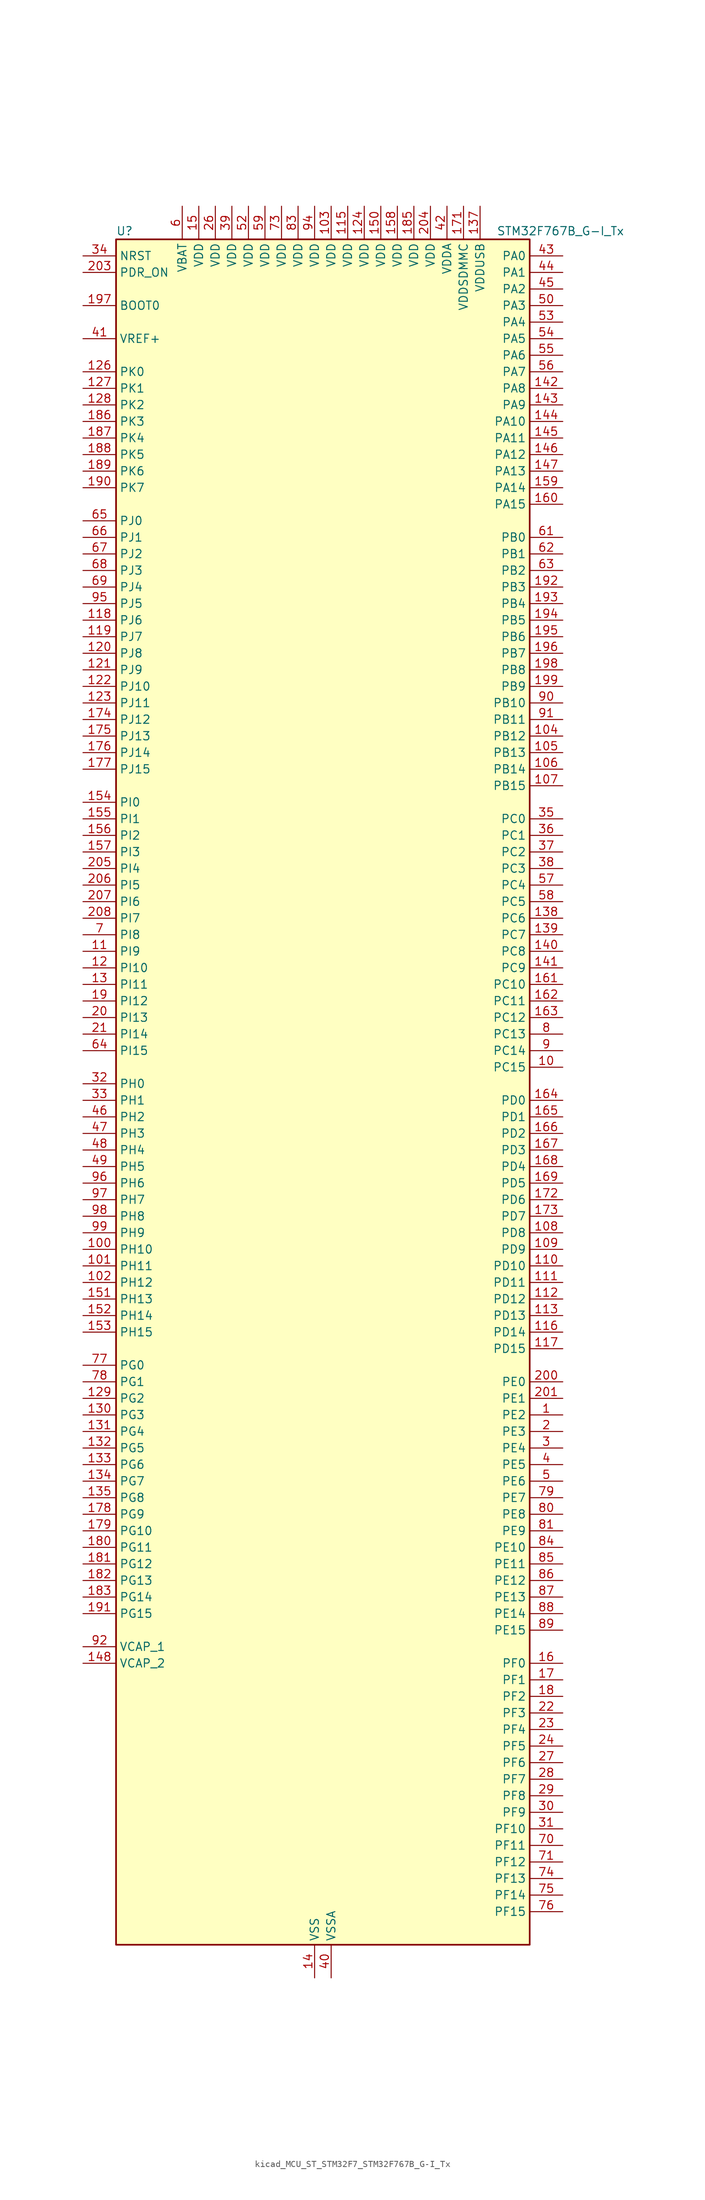
<source format=kicad_sym>
(kicad_symbol_lib
  (version 20220914)
  (generator kicad_symbol_editor)
  (symbol "kicad_MCU_ST_STM32F7_STM32F767B_G-I_Tx"
    (property "Reference" "U"
      (at -30.48 133.35 0)
      (effects (font (size 1.27 1.27)) (justify left)))
    (property "Value" "STM32F767B_G-I_Tx"
      (at 27.94 133.35 0)
      (effects (font (size 1.27 1.27)) (justify left)))
    (property "ki_locked" ""
      (at 0 0 0)
      (effects (font (size 1.27 1.27))))
    (symbol "kicad_MCU_ST_STM32F7_STM32F767B_G-I_Tx_0_1"
      (rectangle (start -30.48 -129.54) (end 33.02 132.08) (stroke (width 0.254) (type default)) (fill (type background))))
    (symbol "kicad_MCU_ST_STM32F7_STM32F767B_G-I_Tx_1_1"
      (pin bidirectional line (at 38.1 -48.26 180) (length 5.08) (name "PE2" (effects (font (size 1.27 1.27)))) (number "1" (effects (font (size 1.27 1.27)))) (alternate "ETH_TXD3" bidirectional line) (alternate "FMC_A23" bidirectional line) (alternate "QUADSPI_BK1_IO2" bidirectional line) (alternate "SAI1_MCLK_A" bidirectional line) (alternate "SPI4_SCK" bidirectional line) (alternate "SYS_TRACECLK" bidirectional line))
      (pin bidirectional line (at 38.1 5.08 180) (length 5.08) (name "PC15" (effects (font (size 1.27 1.27)))) (number "10" (effects (font (size 1.27 1.27)))) (alternate "RCC_OSC32_OUT" bidirectional line))
      (pin bidirectional line (at -35.56 -22.86 0) (length 5.08) (name "PH10" (effects (font (size 1.27 1.27)))) (number "100" (effects (font (size 1.27 1.27)))) (alternate "DCMI_D1" bidirectional line) (alternate "FMC_D18" bidirectional line) (alternate "I2C4_SMBA" bidirectional line) (alternate "LTDC_R4" bidirectional line) (alternate "TIM5_CH1" bidirectional line))
      (pin bidirectional line (at -35.56 -25.4 0) (length 5.08) (name "PH11" (effects (font (size 1.27 1.27)))) (number "101" (effects (font (size 1.27 1.27)))) (alternate "ADC1_EXTI11" bidirectional line) (alternate "ADC2_EXTI11" bidirectional line) (alternate "ADC3_EXTI11" bidirectional line) (alternate "DCMI_D2" bidirectional line) (alternate "FMC_D19" bidirectional line) (alternate "I2C4_SCL" bidirectional line) (alternate "LTDC_R5" bidirectional line) (alternate "TIM5_CH2" bidirectional line))
      (pin bidirectional line (at -35.56 -27.94 0) (length 5.08) (name "PH12" (effects (font (size 1.27 1.27)))) (number "102" (effects (font (size 1.27 1.27)))) (alternate "DCMI_D3" bidirectional line) (alternate "FMC_D20" bidirectional line) (alternate "I2C4_SDA" bidirectional line) (alternate "LTDC_R6" bidirectional line) (alternate "TIM5_CH3" bidirectional line))
      (pin power_in line (at 2.54 137.16 270) (length 5.08) (name "VDD" (effects (font (size 1.27 1.27)))) (number "103" (effects (font (size 1.27 1.27)))))
      (pin bidirectional line (at 38.1 55.88 180) (length 5.08) (name "PB12" (effects (font (size 1.27 1.27)))) (number "104" (effects (font (size 1.27 1.27)))) (alternate "CAN2_RX" bidirectional line) (alternate "DFSDM1_DATIN1" bidirectional line) (alternate "ETH_TXD0" bidirectional line) (alternate "I2C2_SMBA" bidirectional line) (alternate "I2S2_WS" bidirectional line) (alternate "SPI2_NSS" bidirectional line) (alternate "TIM1_BKIN" bidirectional line) (alternate "UART5_RX" bidirectional line) (alternate "USART3_CK" bidirectional line) (alternate "USB_OTG_HS_ID" bidirectional line) (alternate "USB_OTG_HS_ULPI_D5" bidirectional line))
      (pin bidirectional line (at 38.1 53.34 180) (length 5.08) (name "PB13" (effects (font (size 1.27 1.27)))) (number "105" (effects (font (size 1.27 1.27)))) (alternate "CAN2_TX" bidirectional line) (alternate "DFSDM1_CKIN1" bidirectional line) (alternate "ETH_TXD1" bidirectional line) (alternate "I2S2_CK" bidirectional line) (alternate "SPI2_SCK" bidirectional line) (alternate "TIM1_CH1N" bidirectional line) (alternate "UART5_TX" bidirectional line) (alternate "USART3_CTS" bidirectional line) (alternate "USB_OTG_HS_ULPI_D6" bidirectional line) (alternate "USB_OTG_HS_VBUS" bidirectional line))
      (pin bidirectional line (at 38.1 50.8 180) (length 5.08) (name "PB14" (effects (font (size 1.27 1.27)))) (number "106" (effects (font (size 1.27 1.27)))) (alternate "DFSDM1_DATIN2" bidirectional line) (alternate "SDMMC2_D0" bidirectional line) (alternate "SPI2_MISO" bidirectional line) (alternate "TIM12_CH1" bidirectional line) (alternate "TIM1_CH2N" bidirectional line) (alternate "TIM8_CH2N" bidirectional line) (alternate "UART4_DE" bidirectional line) (alternate "UART4_RTS" bidirectional line) (alternate "USART1_TX" bidirectional line) (alternate "USART3_DE" bidirectional line) (alternate "USART3_RTS" bidirectional line) (alternate "USB_OTG_HS_DM" bidirectional line))
      (pin bidirectional line (at 38.1 48.26 180) (length 5.08) (name "PB15" (effects (font (size 1.27 1.27)))) (number "107" (effects (font (size 1.27 1.27)))) (alternate "DFSDM1_CKIN2" bidirectional line) (alternate "I2S2_SD" bidirectional line) (alternate "RTC_REFIN" bidirectional line) (alternate "SDMMC2_D1" bidirectional line) (alternate "SPI2_MOSI" bidirectional line) (alternate "TIM12_CH2" bidirectional line) (alternate "TIM1_CH3N" bidirectional line) (alternate "TIM8_CH3N" bidirectional line) (alternate "UART4_CTS" bidirectional line) (alternate "USART1_RX" bidirectional line) (alternate "USB_OTG_HS_DP" bidirectional line))
      (pin bidirectional line (at 38.1 -20.32 180) (length 5.08) (name "PD8" (effects (font (size 1.27 1.27)))) (number "108" (effects (font (size 1.27 1.27)))) (alternate "DFSDM1_CKIN3" bidirectional line) (alternate "FMC_D13" bidirectional line) (alternate "FMC_DA13" bidirectional line) (alternate "SPDIFRX_IN1" bidirectional line) (alternate "USART3_TX" bidirectional line))
      (pin bidirectional line (at 38.1 -22.86 180) (length 5.08) (name "PD9" (effects (font (size 1.27 1.27)))) (number "109" (effects (font (size 1.27 1.27)))) (alternate "DAC_EXTI9" bidirectional line) (alternate "DFSDM1_DATIN3" bidirectional line) (alternate "FMC_D14" bidirectional line) (alternate "FMC_DA14" bidirectional line) (alternate "USART3_RX" bidirectional line))
      (pin bidirectional line (at -35.56 22.86 0) (length 5.08) (name "PI9" (effects (font (size 1.27 1.27)))) (number "11" (effects (font (size 1.27 1.27)))) (alternate "CAN1_RX" bidirectional line) (alternate "DAC_EXTI9" bidirectional line) (alternate "FMC_D30" bidirectional line) (alternate "LTDC_VSYNC" bidirectional line) (alternate "UART4_RX" bidirectional line))
      (pin bidirectional line (at 38.1 -25.4 180) (length 5.08) (name "PD10" (effects (font (size 1.27 1.27)))) (number "110" (effects (font (size 1.27 1.27)))) (alternate "DFSDM1_CKOUT" bidirectional line) (alternate "FMC_D15" bidirectional line) (alternate "FMC_DA15" bidirectional line) (alternate "LTDC_B3" bidirectional line) (alternate "USART3_CK" bidirectional line))
      (pin bidirectional line (at 38.1 -27.94 180) (length 5.08) (name "PD11" (effects (font (size 1.27 1.27)))) (number "111" (effects (font (size 1.27 1.27)))) (alternate "ADC1_EXTI11" bidirectional line) (alternate "ADC2_EXTI11" bidirectional line) (alternate "ADC3_EXTI11" bidirectional line) (alternate "FMC_A16" bidirectional line) (alternate "FMC_CLE" bidirectional line) (alternate "I2C4_SMBA" bidirectional line) (alternate "QUADSPI_BK1_IO0" bidirectional line) (alternate "SAI2_SD_A" bidirectional line) (alternate "USART3_CTS" bidirectional line))
      (pin bidirectional line (at 38.1 -30.48 180) (length 5.08) (name "PD12" (effects (font (size 1.27 1.27)))) (number "112" (effects (font (size 1.27 1.27)))) (alternate "FMC_A17" bidirectional line) (alternate "FMC_ALE" bidirectional line) (alternate "I2C4_SCL" bidirectional line) (alternate "LPTIM1_IN1" bidirectional line) (alternate "QUADSPI_BK1_IO1" bidirectional line) (alternate "SAI2_FS_A" bidirectional line) (alternate "TIM4_CH1" bidirectional line) (alternate "USART3_DE" bidirectional line) (alternate "USART3_RTS" bidirectional line))
      (pin bidirectional line (at 38.1 -33.02 180) (length 5.08) (name "PD13" (effects (font (size 1.27 1.27)))) (number "113" (effects (font (size 1.27 1.27)))) (alternate "FMC_A18" bidirectional line) (alternate "I2C4_SDA" bidirectional line) (alternate "LPTIM1_OUT" bidirectional line) (alternate "QUADSPI_BK1_IO3" bidirectional line) (alternate "SAI2_SCK_A" bidirectional line) (alternate "TIM4_CH2" bidirectional line))
      (pin passive line (at 0 -134.62 90) (length 5.08) hide (name "VSS" (effects (font (size 1.27 1.27)))) (number "114" (effects (font (size 1.27 1.27)))))
      (pin power_in line (at 5.08 137.16 270) (length 5.08) (name "VDD" (effects (font (size 1.27 1.27)))) (number "115" (effects (font (size 1.27 1.27)))))
      (pin bidirectional line (at 38.1 -35.56 180) (length 5.08) (name "PD14" (effects (font (size 1.27 1.27)))) (number "116" (effects (font (size 1.27 1.27)))) (alternate "FMC_D0" bidirectional line) (alternate "FMC_DA0" bidirectional line) (alternate "TIM4_CH3" bidirectional line) (alternate "UART8_CTS" bidirectional line))
      (pin bidirectional line (at 38.1 -38.1 180) (length 5.08) (name "PD15" (effects (font (size 1.27 1.27)))) (number "117" (effects (font (size 1.27 1.27)))) (alternate "FMC_D1" bidirectional line) (alternate "FMC_DA1" bidirectional line) (alternate "TIM4_CH4" bidirectional line) (alternate "UART8_DE" bidirectional line) (alternate "UART8_RTS" bidirectional line))
      (pin bidirectional line (at -35.56 73.66 0) (length 5.08) (name "PJ6" (effects (font (size 1.27 1.27)))) (number "118" (effects (font (size 1.27 1.27)))) (alternate "LTDC_R7" bidirectional line))
      (pin bidirectional line (at -35.56 71.12 0) (length 5.08) (name "PJ7" (effects (font (size 1.27 1.27)))) (number "119" (effects (font (size 1.27 1.27)))) (alternate "LTDC_G0" bidirectional line))
      (pin bidirectional line (at -35.56 20.32 0) (length 5.08) (name "PI10" (effects (font (size 1.27 1.27)))) (number "12" (effects (font (size 1.27 1.27)))) (alternate "ETH_RX_ER" bidirectional line) (alternate "FMC_D31" bidirectional line) (alternate "LTDC_HSYNC" bidirectional line))
      (pin bidirectional line (at -35.56 68.58 0) (length 5.08) (name "PJ8" (effects (font (size 1.27 1.27)))) (number "120" (effects (font (size 1.27 1.27)))) (alternate "LTDC_G1" bidirectional line))
      (pin bidirectional line (at -35.56 66.04 0) (length 5.08) (name "PJ9" (effects (font (size 1.27 1.27)))) (number "121" (effects (font (size 1.27 1.27)))) (alternate "DAC_EXTI9" bidirectional line) (alternate "LTDC_G2" bidirectional line))
      (pin bidirectional line (at -35.56 63.5 0) (length 5.08) (name "PJ10" (effects (font (size 1.27 1.27)))) (number "122" (effects (font (size 1.27 1.27)))) (alternate "LTDC_G3" bidirectional line))
      (pin bidirectional line (at -35.56 60.96 0) (length 5.08) (name "PJ11" (effects (font (size 1.27 1.27)))) (number "123" (effects (font (size 1.27 1.27)))) (alternate "ADC1_EXTI11" bidirectional line) (alternate "ADC2_EXTI11" bidirectional line) (alternate "ADC3_EXTI11" bidirectional line) (alternate "LTDC_G4" bidirectional line))
      (pin power_in line (at 7.62 137.16 270) (length 5.08) (name "VDD" (effects (font (size 1.27 1.27)))) (number "124" (effects (font (size 1.27 1.27)))))
      (pin passive line (at 0 -134.62 90) (length 5.08) hide (name "VSS" (effects (font (size 1.27 1.27)))) (number "125" (effects (font (size 1.27 1.27)))))
      (pin bidirectional line (at -35.56 111.76 0) (length 5.08) (name "PK0" (effects (font (size 1.27 1.27)))) (number "126" (effects (font (size 1.27 1.27)))) (alternate "LTDC_G5" bidirectional line))
      (pin bidirectional line (at -35.56 109.22 0) (length 5.08) (name "PK1" (effects (font (size 1.27 1.27)))) (number "127" (effects (font (size 1.27 1.27)))) (alternate "LTDC_G6" bidirectional line))
      (pin bidirectional line (at -35.56 106.68 0) (length 5.08) (name "PK2" (effects (font (size 1.27 1.27)))) (number "128" (effects (font (size 1.27 1.27)))) (alternate "LTDC_G7" bidirectional line))
      (pin bidirectional line (at -35.56 -45.72 0) (length 5.08) (name "PG2" (effects (font (size 1.27 1.27)))) (number "129" (effects (font (size 1.27 1.27)))) (alternate "FMC_A12" bidirectional line))
      (pin bidirectional line (at -35.56 17.78 0) (length 5.08) (name "PI11" (effects (font (size 1.27 1.27)))) (number "13" (effects (font (size 1.27 1.27)))) (alternate "ADC1_EXTI11" bidirectional line) (alternate "ADC2_EXTI11" bidirectional line) (alternate "ADC3_EXTI11" bidirectional line) (alternate "LTDC_G6" bidirectional line) (alternate "SYS_WKUP6" bidirectional line) (alternate "USB_OTG_HS_ULPI_DIR" bidirectional line))
      (pin bidirectional line (at -35.56 -48.26 0) (length 5.08) (name "PG3" (effects (font (size 1.27 1.27)))) (number "130" (effects (font (size 1.27 1.27)))) (alternate "FMC_A13" bidirectional line))
      (pin bidirectional line (at -35.56 -50.8 0) (length 5.08) (name "PG4" (effects (font (size 1.27 1.27)))) (number "131" (effects (font (size 1.27 1.27)))) (alternate "FMC_A14" bidirectional line) (alternate "FMC_BA0" bidirectional line))
      (pin bidirectional line (at -35.56 -53.34 0) (length 5.08) (name "PG5" (effects (font (size 1.27 1.27)))) (number "132" (effects (font (size 1.27 1.27)))) (alternate "FMC_A15" bidirectional line) (alternate "FMC_BA1" bidirectional line))
      (pin bidirectional line (at -35.56 -55.88 0) (length 5.08) (name "PG6" (effects (font (size 1.27 1.27)))) (number "133" (effects (font (size 1.27 1.27)))) (alternate "DCMI_D12" bidirectional line) (alternate "FMC_NE3" bidirectional line) (alternate "LTDC_R7" bidirectional line))
      (pin bidirectional line (at -35.56 -58.42 0) (length 5.08) (name "PG7" (effects (font (size 1.27 1.27)))) (number "134" (effects (font (size 1.27 1.27)))) (alternate "DCMI_D13" bidirectional line) (alternate "FMC_INT" bidirectional line) (alternate "LTDC_CLK" bidirectional line) (alternate "SAI1_MCLK_A" bidirectional line) (alternate "USART6_CK" bidirectional line))
      (pin bidirectional line (at -35.56 -60.96 0) (length 5.08) (name "PG8" (effects (font (size 1.27 1.27)))) (number "135" (effects (font (size 1.27 1.27)))) (alternate "ETH_PPS_OUT" bidirectional line) (alternate "FMC_SDCLK" bidirectional line) (alternate "LTDC_G7" bidirectional line) (alternate "SPDIFRX_IN2" bidirectional line) (alternate "SPI6_NSS" bidirectional line) (alternate "USART6_DE" bidirectional line) (alternate "USART6_RTS" bidirectional line))
      (pin passive line (at 0 -134.62 90) (length 5.08) hide (name "VSS" (effects (font (size 1.27 1.27)))) (number "136" (effects (font (size 1.27 1.27)))))
      (pin power_in line (at 25.4 137.16 270) (length 5.08) (name "VDDUSB" (effects (font (size 1.27 1.27)))) (number "137" (effects (font (size 1.27 1.27)))))
      (pin bidirectional line (at 38.1 27.94 180) (length 5.08) (name "PC6" (effects (font (size 1.27 1.27)))) (number "138" (effects (font (size 1.27 1.27)))) (alternate "DCMI_D0" bidirectional line) (alternate "DFSDM1_CKIN3" bidirectional line) (alternate "FMC_NWAIT" bidirectional line) (alternate "I2S2_MCK" bidirectional line) (alternate "LTDC_HSYNC" bidirectional line) (alternate "SDMMC1_D6" bidirectional line) (alternate "SDMMC2_D6" bidirectional line) (alternate "TIM3_CH1" bidirectional line) (alternate "TIM8_CH1" bidirectional line) (alternate "USART6_TX" bidirectional line))
      (pin bidirectional line (at 38.1 25.4 180) (length 5.08) (name "PC7" (effects (font (size 1.27 1.27)))) (number "139" (effects (font (size 1.27 1.27)))) (alternate "DCMI_D1" bidirectional line) (alternate "DFSDM1_DATIN3" bidirectional line) (alternate "FMC_NE1" bidirectional line) (alternate "I2S3_MCK" bidirectional line) (alternate "LTDC_G6" bidirectional line) (alternate "SDMMC1_D7" bidirectional line) (alternate "SDMMC2_D7" bidirectional line) (alternate "TIM3_CH2" bidirectional line) (alternate "TIM8_CH2" bidirectional line) (alternate "USART6_RX" bidirectional line))
      (pin power_in line (at 0 -134.62 90) (length 5.08) (name "VSS" (effects (font (size 1.27 1.27)))) (number "14" (effects (font (size 1.27 1.27)))))
      (pin bidirectional line (at 38.1 22.86 180) (length 5.08) (name "PC8" (effects (font (size 1.27 1.27)))) (number "140" (effects (font (size 1.27 1.27)))) (alternate "DCMI_D2" bidirectional line) (alternate "FMC_NCE" bidirectional line) (alternate "FMC_NE2" bidirectional line) (alternate "SDMMC1_D0" bidirectional line) (alternate "SYS_TRACED1" bidirectional line) (alternate "TIM3_CH3" bidirectional line) (alternate "TIM8_CH3" bidirectional line) (alternate "UART5_DE" bidirectional line) (alternate "UART5_RTS" bidirectional line) (alternate "USART6_CK" bidirectional line))
      (pin bidirectional line (at 38.1 20.32 180) (length 5.08) (name "PC9" (effects (font (size 1.27 1.27)))) (number "141" (effects (font (size 1.27 1.27)))) (alternate "DAC_EXTI9" bidirectional line) (alternate "DCMI_D3" bidirectional line) (alternate "I2C3_SDA" bidirectional line) (alternate "I2S_CKIN" bidirectional line) (alternate "LTDC_B2" bidirectional line) (alternate "LTDC_G3" bidirectional line) (alternate "QUADSPI_BK1_IO0" bidirectional line) (alternate "RCC_MCO_2" bidirectional line) (alternate "SDMMC1_D1" bidirectional line) (alternate "TIM3_CH4" bidirectional line) (alternate "TIM8_CH4" bidirectional line) (alternate "UART5_CTS" bidirectional line))
      (pin bidirectional line (at 38.1 109.22 180) (length 5.08) (name "PA8" (effects (font (size 1.27 1.27)))) (number "142" (effects (font (size 1.27 1.27)))) (alternate "CAN3_RX" bidirectional line) (alternate "I2C3_SCL" bidirectional line) (alternate "LTDC_B3" bidirectional line) (alternate "LTDC_R6" bidirectional line) (alternate "RCC_MCO_1" bidirectional line) (alternate "TIM1_CH1" bidirectional line) (alternate "TIM8_BKIN2" bidirectional line) (alternate "UART7_RX" bidirectional line) (alternate "USART1_CK" bidirectional line) (alternate "USB_OTG_FS_SOF" bidirectional line))
      (pin bidirectional line (at 38.1 106.68 180) (length 5.08) (name "PA9" (effects (font (size 1.27 1.27)))) (number "143" (effects (font (size 1.27 1.27)))) (alternate "DAC_EXTI9" bidirectional line) (alternate "DCMI_D0" bidirectional line) (alternate "I2C3_SMBA" bidirectional line) (alternate "I2S2_CK" bidirectional line) (alternate "LTDC_R5" bidirectional line) (alternate "SPI2_SCK" bidirectional line) (alternate "TIM1_CH2" bidirectional line) (alternate "USART1_TX" bidirectional line) (alternate "USB_OTG_FS_VBUS" bidirectional line))
      (pin bidirectional line (at 38.1 104.14 180) (length 5.08) (name "PA10" (effects (font (size 1.27 1.27)))) (number "144" (effects (font (size 1.27 1.27)))) (alternate "DCMI_D1" bidirectional line) (alternate "LTDC_B1" bidirectional line) (alternate "LTDC_B4" bidirectional line) (alternate "MDIOS_MDIO" bidirectional line) (alternate "TIM1_CH3" bidirectional line) (alternate "USART1_RX" bidirectional line) (alternate "USB_OTG_FS_ID" bidirectional line))
      (pin bidirectional line (at 38.1 101.6 180) (length 5.08) (name "PA11" (effects (font (size 1.27 1.27)))) (number "145" (effects (font (size 1.27 1.27)))) (alternate "ADC1_EXTI11" bidirectional line) (alternate "ADC2_EXTI11" bidirectional line) (alternate "ADC3_EXTI11" bidirectional line) (alternate "CAN1_RX" bidirectional line) (alternate "I2S2_WS" bidirectional line) (alternate "LTDC_R4" bidirectional line) (alternate "SPI2_NSS" bidirectional line) (alternate "TIM1_CH4" bidirectional line) (alternate "UART4_RX" bidirectional line) (alternate "USART1_CTS" bidirectional line) (alternate "USB_OTG_FS_DM" bidirectional line))
      (pin bidirectional line (at 38.1 99.06 180) (length 5.08) (name "PA12" (effects (font (size 1.27 1.27)))) (number "146" (effects (font (size 1.27 1.27)))) (alternate "CAN1_TX" bidirectional line) (alternate "I2S2_CK" bidirectional line) (alternate "LTDC_R5" bidirectional line) (alternate "SAI2_FS_B" bidirectional line) (alternate "SPI2_SCK" bidirectional line) (alternate "TIM1_ETR" bidirectional line) (alternate "UART4_TX" bidirectional line) (alternate "USART1_DE" bidirectional line) (alternate "USART1_RTS" bidirectional line) (alternate "USB_OTG_FS_DP" bidirectional line))
      (pin bidirectional line (at 38.1 96.52 180) (length 5.08) (name "PA13" (effects (font (size 1.27 1.27)))) (number "147" (effects (font (size 1.27 1.27)))) (alternate "SYS_JTMS-SWDIO" bidirectional line))
      (pin power_out line (at -35.56 -86.36 0) (length 5.08) (name "VCAP_2" (effects (font (size 1.27 1.27)))) (number "148" (effects (font (size 1.27 1.27)))))
      (pin passive line (at 0 -134.62 90) (length 5.08) hide (name "VSS" (effects (font (size 1.27 1.27)))) (number "149" (effects (font (size 1.27 1.27)))))
      (pin power_in line (at -17.78 137.16 270) (length 5.08) (name "VDD" (effects (font (size 1.27 1.27)))) (number "15" (effects (font (size 1.27 1.27)))))
      (pin power_in line (at 10.16 137.16 270) (length 5.08) (name "VDD" (effects (font (size 1.27 1.27)))) (number "150" (effects (font (size 1.27 1.27)))))
      (pin bidirectional line (at -35.56 -30.48 0) (length 5.08) (name "PH13" (effects (font (size 1.27 1.27)))) (number "151" (effects (font (size 1.27 1.27)))) (alternate "CAN1_TX" bidirectional line) (alternate "FMC_D21" bidirectional line) (alternate "LTDC_G2" bidirectional line) (alternate "TIM8_CH1N" bidirectional line) (alternate "UART4_TX" bidirectional line))
      (pin bidirectional line (at -35.56 -33.02 0) (length 5.08) (name "PH14" (effects (font (size 1.27 1.27)))) (number "152" (effects (font (size 1.27 1.27)))) (alternate "CAN1_RX" bidirectional line) (alternate "DCMI_D4" bidirectional line) (alternate "FMC_D22" bidirectional line) (alternate "LTDC_G3" bidirectional line) (alternate "TIM8_CH2N" bidirectional line) (alternate "UART4_RX" bidirectional line))
      (pin bidirectional line (at -35.56 -35.56 0) (length 5.08) (name "PH15" (effects (font (size 1.27 1.27)))) (number "153" (effects (font (size 1.27 1.27)))) (alternate "DCMI_D11" bidirectional line) (alternate "FMC_D23" bidirectional line) (alternate "LTDC_G4" bidirectional line) (alternate "TIM8_CH3N" bidirectional line))
      (pin bidirectional line (at -35.56 45.72 0) (length 5.08) (name "PI0" (effects (font (size 1.27 1.27)))) (number "154" (effects (font (size 1.27 1.27)))) (alternate "DCMI_D13" bidirectional line) (alternate "FMC_D24" bidirectional line) (alternate "I2S2_WS" bidirectional line) (alternate "LTDC_G5" bidirectional line) (alternate "SPI2_NSS" bidirectional line) (alternate "TIM5_CH4" bidirectional line))
      (pin bidirectional line (at -35.56 43.18 0) (length 5.08) (name "PI1" (effects (font (size 1.27 1.27)))) (number "155" (effects (font (size 1.27 1.27)))) (alternate "DCMI_D8" bidirectional line) (alternate "FMC_D25" bidirectional line) (alternate "I2S2_CK" bidirectional line) (alternate "LTDC_G6" bidirectional line) (alternate "SPI2_SCK" bidirectional line) (alternate "TIM8_BKIN2" bidirectional line))
      (pin bidirectional line (at -35.56 40.64 0) (length 5.08) (name "PI2" (effects (font (size 1.27 1.27)))) (number "156" (effects (font (size 1.27 1.27)))) (alternate "DCMI_D9" bidirectional line) (alternate "FMC_D26" bidirectional line) (alternate "LTDC_G7" bidirectional line) (alternate "SPI2_MISO" bidirectional line) (alternate "TIM8_CH4" bidirectional line))
      (pin bidirectional line (at -35.56 38.1 0) (length 5.08) (name "PI3" (effects (font (size 1.27 1.27)))) (number "157" (effects (font (size 1.27 1.27)))) (alternate "DCMI_D10" bidirectional line) (alternate "FMC_D27" bidirectional line) (alternate "I2S2_SD" bidirectional line) (alternate "SPI2_MOSI" bidirectional line) (alternate "TIM8_ETR" bidirectional line))
      (pin power_in line (at 12.7 137.16 270) (length 5.08) (name "VDD" (effects (font (size 1.27 1.27)))) (number "158" (effects (font (size 1.27 1.27)))))
      (pin bidirectional line (at 38.1 93.98 180) (length 5.08) (name "PA14" (effects (font (size 1.27 1.27)))) (number "159" (effects (font (size 1.27 1.27)))) (alternate "SYS_JTCK-SWCLK" bidirectional line))
      (pin bidirectional line (at 38.1 -86.36 180) (length 5.08) (name "PF0" (effects (font (size 1.27 1.27)))) (number "16" (effects (font (size 1.27 1.27)))) (alternate "FMC_A0" bidirectional line) (alternate "I2C2_SDA" bidirectional line))
      (pin bidirectional line (at 38.1 91.44 180) (length 5.08) (name "PA15" (effects (font (size 1.27 1.27)))) (number "160" (effects (font (size 1.27 1.27)))) (alternate "CAN3_TX" bidirectional line) (alternate "CEC" bidirectional line) (alternate "I2S1_WS" bidirectional line) (alternate "I2S3_WS" bidirectional line) (alternate "SPI1_NSS" bidirectional line) (alternate "SPI3_NSS" bidirectional line) (alternate "SPI6_NSS" bidirectional line) (alternate "SYS_JTDI" bidirectional line) (alternate "TIM2_CH1" bidirectional line) (alternate "TIM2_ETR" bidirectional line) (alternate "UART4_DE" bidirectional line) (alternate "UART4_RTS" bidirectional line) (alternate "UART7_TX" bidirectional line))
      (pin bidirectional line (at 38.1 17.78 180) (length 5.08) (name "PC10" (effects (font (size 1.27 1.27)))) (number "161" (effects (font (size 1.27 1.27)))) (alternate "DCMI_D8" bidirectional line) (alternate "DFSDM1_CKIN5" bidirectional line) (alternate "I2S3_CK" bidirectional line) (alternate "LTDC_R2" bidirectional line) (alternate "QUADSPI_BK1_IO1" bidirectional line) (alternate "SDMMC1_D2" bidirectional line) (alternate "SPI3_SCK" bidirectional line) (alternate "UART4_TX" bidirectional line) (alternate "USART3_TX" bidirectional line))
      (pin bidirectional line (at 38.1 15.24 180) (length 5.08) (name "PC11" (effects (font (size 1.27 1.27)))) (number "162" (effects (font (size 1.27 1.27)))) (alternate "ADC1_EXTI11" bidirectional line) (alternate "ADC2_EXTI11" bidirectional line) (alternate "ADC3_EXTI11" bidirectional line) (alternate "DCMI_D4" bidirectional line) (alternate "DFSDM1_DATIN5" bidirectional line) (alternate "QUADSPI_BK2_NCS" bidirectional line) (alternate "SDMMC1_D3" bidirectional line) (alternate "SPI3_MISO" bidirectional line) (alternate "UART4_RX" bidirectional line) (alternate "USART3_RX" bidirectional line))
      (pin bidirectional line (at 38.1 12.7 180) (length 5.08) (name "PC12" (effects (font (size 1.27 1.27)))) (number "163" (effects (font (size 1.27 1.27)))) (alternate "DCMI_D9" bidirectional line) (alternate "I2S3_SD" bidirectional line) (alternate "SDMMC1_CK" bidirectional line) (alternate "SPI3_MOSI" bidirectional line) (alternate "SYS_TRACED3" bidirectional line) (alternate "UART5_TX" bidirectional line) (alternate "USART3_CK" bidirectional line))
      (pin bidirectional line (at 38.1 0 180) (length 5.08) (name "PD0" (effects (font (size 1.27 1.27)))) (number "164" (effects (font (size 1.27 1.27)))) (alternate "CAN1_RX" bidirectional line) (alternate "DFSDM1_CKIN6" bidirectional line) (alternate "DFSDM1_DATIN7" bidirectional line) (alternate "FMC_D2" bidirectional line) (alternate "FMC_DA2" bidirectional line) (alternate "UART4_RX" bidirectional line))
      (pin bidirectional line (at 38.1 -2.54 180) (length 5.08) (name "PD1" (effects (font (size 1.27 1.27)))) (number "165" (effects (font (size 1.27 1.27)))) (alternate "CAN1_TX" bidirectional line) (alternate "DFSDM1_CKIN7" bidirectional line) (alternate "DFSDM1_DATIN6" bidirectional line) (alternate "FMC_D3" bidirectional line) (alternate "FMC_DA3" bidirectional line) (alternate "UART4_TX" bidirectional line))
      (pin bidirectional line (at 38.1 -5.08 180) (length 5.08) (name "PD2" (effects (font (size 1.27 1.27)))) (number "166" (effects (font (size 1.27 1.27)))) (alternate "DCMI_D11" bidirectional line) (alternate "SDMMC1_CMD" bidirectional line) (alternate "SYS_TRACED2" bidirectional line) (alternate "TIM3_ETR" bidirectional line) (alternate "UART5_RX" bidirectional line))
      (pin bidirectional line (at 38.1 -7.62 180) (length 5.08) (name "PD3" (effects (font (size 1.27 1.27)))) (number "167" (effects (font (size 1.27 1.27)))) (alternate "DCMI_D5" bidirectional line) (alternate "DFSDM1_CKOUT" bidirectional line) (alternate "DFSDM1_DATIN0" bidirectional line) (alternate "FMC_CLK" bidirectional line) (alternate "I2S2_CK" bidirectional line) (alternate "LTDC_G7" bidirectional line) (alternate "SPI2_SCK" bidirectional line) (alternate "USART2_CTS" bidirectional line))
      (pin bidirectional line (at 38.1 -10.16 180) (length 5.08) (name "PD4" (effects (font (size 1.27 1.27)))) (number "168" (effects (font (size 1.27 1.27)))) (alternate "DFSDM1_CKIN0" bidirectional line) (alternate "FMC_NOE" bidirectional line) (alternate "USART2_DE" bidirectional line) (alternate "USART2_RTS" bidirectional line))
      (pin bidirectional line (at 38.1 -12.7 180) (length 5.08) (name "PD5" (effects (font (size 1.27 1.27)))) (number "169" (effects (font (size 1.27 1.27)))) (alternate "FMC_NWE" bidirectional line) (alternate "USART2_TX" bidirectional line))
      (pin bidirectional line (at 38.1 -88.9 180) (length 5.08) (name "PF1" (effects (font (size 1.27 1.27)))) (number "17" (effects (font (size 1.27 1.27)))) (alternate "FMC_A1" bidirectional line) (alternate "I2C2_SCL" bidirectional line))
      (pin passive line (at 0 -134.62 90) (length 5.08) hide (name "VSS" (effects (font (size 1.27 1.27)))) (number "170" (effects (font (size 1.27 1.27)))))
      (pin power_in line (at 22.86 137.16 270) (length 5.08) (name "VDDSDMMC" (effects (font (size 1.27 1.27)))) (number "171" (effects (font (size 1.27 1.27)))))
      (pin bidirectional line (at 38.1 -15.24 180) (length 5.08) (name "PD6" (effects (font (size 1.27 1.27)))) (number "172" (effects (font (size 1.27 1.27)))) (alternate "DCMI_D10" bidirectional line) (alternate "DFSDM1_CKIN4" bidirectional line) (alternate "DFSDM1_DATIN1" bidirectional line) (alternate "FMC_NWAIT" bidirectional line) (alternate "I2S3_SD" bidirectional line) (alternate "LTDC_B2" bidirectional line) (alternate "SAI1_SD_A" bidirectional line) (alternate "SDMMC2_CK" bidirectional line) (alternate "SPI3_MOSI" bidirectional line) (alternate "USART2_RX" bidirectional line))
      (pin bidirectional line (at 38.1 -17.78 180) (length 5.08) (name "PD7" (effects (font (size 1.27 1.27)))) (number "173" (effects (font (size 1.27 1.27)))) (alternate "DFSDM1_CKIN1" bidirectional line) (alternate "DFSDM1_DATIN4" bidirectional line) (alternate "FMC_NE1" bidirectional line) (alternate "I2S1_SD" bidirectional line) (alternate "SDMMC2_CMD" bidirectional line) (alternate "SPDIFRX_IN0" bidirectional line) (alternate "SPI1_MOSI" bidirectional line) (alternate "USART2_CK" bidirectional line))
      (pin bidirectional line (at -35.56 58.42 0) (length 5.08) (name "PJ12" (effects (font (size 1.27 1.27)))) (number "174" (effects (font (size 1.27 1.27)))) (alternate "LTDC_B0" bidirectional line) (alternate "LTDC_G3" bidirectional line))
      (pin bidirectional line (at -35.56 55.88 0) (length 5.08) (name "PJ13" (effects (font (size 1.27 1.27)))) (number "175" (effects (font (size 1.27 1.27)))) (alternate "LTDC_B1" bidirectional line) (alternate "LTDC_G4" bidirectional line))
      (pin bidirectional line (at -35.56 53.34 0) (length 5.08) (name "PJ14" (effects (font (size 1.27 1.27)))) (number "176" (effects (font (size 1.27 1.27)))) (alternate "LTDC_B2" bidirectional line))
      (pin bidirectional line (at -35.56 50.8 0) (length 5.08) (name "PJ15" (effects (font (size 1.27 1.27)))) (number "177" (effects (font (size 1.27 1.27)))) (alternate "LTDC_B3" bidirectional line))
      (pin bidirectional line (at -35.56 -63.5 0) (length 5.08) (name "PG9" (effects (font (size 1.27 1.27)))) (number "178" (effects (font (size 1.27 1.27)))) (alternate "DAC_EXTI9" bidirectional line) (alternate "DCMI_VSYNC" bidirectional line) (alternate "FMC_NCE" bidirectional line) (alternate "FMC_NE2" bidirectional line) (alternate "QUADSPI_BK2_IO2" bidirectional line) (alternate "SAI2_FS_B" bidirectional line) (alternate "SDMMC2_D0" bidirectional line) (alternate "SPDIFRX_IN3" bidirectional line) (alternate "SPI1_MISO" bidirectional line) (alternate "USART6_RX" bidirectional line))
      (pin bidirectional line (at -35.56 -66.04 0) (length 5.08) (name "PG10" (effects (font (size 1.27 1.27)))) (number "179" (effects (font (size 1.27 1.27)))) (alternate "DCMI_D2" bidirectional line) (alternate "FMC_NE3" bidirectional line) (alternate "I2S1_WS" bidirectional line) (alternate "LTDC_B2" bidirectional line) (alternate "LTDC_G3" bidirectional line) (alternate "SAI2_SD_B" bidirectional line) (alternate "SDMMC2_D1" bidirectional line) (alternate "SPI1_NSS" bidirectional line))
      (pin bidirectional line (at 38.1 -91.44 180) (length 5.08) (name "PF2" (effects (font (size 1.27 1.27)))) (number "18" (effects (font (size 1.27 1.27)))) (alternate "FMC_A2" bidirectional line) (alternate "I2C2_SMBA" bidirectional line))
      (pin bidirectional line (at -35.56 -68.58 0) (length 5.08) (name "PG11" (effects (font (size 1.27 1.27)))) (number "180" (effects (font (size 1.27 1.27)))) (alternate "ADC1_EXTI11" bidirectional line) (alternate "ADC2_EXTI11" bidirectional line) (alternate "ADC3_EXTI11" bidirectional line) (alternate "DCMI_D3" bidirectional line) (alternate "ETH_TX_EN" bidirectional line) (alternate "I2S1_CK" bidirectional line) (alternate "LTDC_B3" bidirectional line) (alternate "SDMMC2_D2" bidirectional line) (alternate "SPDIFRX_IN0" bidirectional line) (alternate "SPI1_SCK" bidirectional line))
      (pin bidirectional line (at -35.56 -71.12 0) (length 5.08) (name "PG12" (effects (font (size 1.27 1.27)))) (number "181" (effects (font (size 1.27 1.27)))) (alternate "FMC_NE4" bidirectional line) (alternate "LPTIM1_IN1" bidirectional line) (alternate "LTDC_B1" bidirectional line) (alternate "LTDC_B4" bidirectional line) (alternate "SDMMC2_D3" bidirectional line) (alternate "SPDIFRX_IN1" bidirectional line) (alternate "SPI6_MISO" bidirectional line) (alternate "USART6_DE" bidirectional line) (alternate "USART6_RTS" bidirectional line))
      (pin bidirectional line (at -35.56 -73.66 0) (length 5.08) (name "PG13" (effects (font (size 1.27 1.27)))) (number "182" (effects (font (size 1.27 1.27)))) (alternate "ETH_TXD0" bidirectional line) (alternate "FMC_A24" bidirectional line) (alternate "LPTIM1_OUT" bidirectional line) (alternate "LTDC_R0" bidirectional line) (alternate "SPI6_SCK" bidirectional line) (alternate "SYS_TRACED0" bidirectional line) (alternate "USART6_CTS" bidirectional line))
      (pin bidirectional line (at -35.56 -76.2 0) (length 5.08) (name "PG14" (effects (font (size 1.27 1.27)))) (number "183" (effects (font (size 1.27 1.27)))) (alternate "ETH_TXD1" bidirectional line) (alternate "FMC_A25" bidirectional line) (alternate "LPTIM1_ETR" bidirectional line) (alternate "LTDC_B0" bidirectional line) (alternate "QUADSPI_BK2_IO3" bidirectional line) (alternate "SPI6_MOSI" bidirectional line) (alternate "SYS_TRACED1" bidirectional line) (alternate "USART6_TX" bidirectional line))
      (pin passive line (at 0 -134.62 90) (length 5.08) hide (name "VSS" (effects (font (size 1.27 1.27)))) (number "184" (effects (font (size 1.27 1.27)))))
      (pin power_in line (at 15.24 137.16 270) (length 5.08) (name "VDD" (effects (font (size 1.27 1.27)))) (number "185" (effects (font (size 1.27 1.27)))))
      (pin bidirectional line (at -35.56 104.14 0) (length 5.08) (name "PK3" (effects (font (size 1.27 1.27)))) (number "186" (effects (font (size 1.27 1.27)))) (alternate "LTDC_B4" bidirectional line))
      (pin bidirectional line (at -35.56 101.6 0) (length 5.08) (name "PK4" (effects (font (size 1.27 1.27)))) (number "187" (effects (font (size 1.27 1.27)))) (alternate "LTDC_B5" bidirectional line))
      (pin bidirectional line (at -35.56 99.06 0) (length 5.08) (name "PK5" (effects (font (size 1.27 1.27)))) (number "188" (effects (font (size 1.27 1.27)))) (alternate "LTDC_B6" bidirectional line))
      (pin bidirectional line (at -35.56 96.52 0) (length 5.08) (name "PK6" (effects (font (size 1.27 1.27)))) (number "189" (effects (font (size 1.27 1.27)))) (alternate "LTDC_B7" bidirectional line))
      (pin bidirectional line (at -35.56 15.24 0) (length 5.08) (name "PI12" (effects (font (size 1.27 1.27)))) (number "19" (effects (font (size 1.27 1.27)))) (alternate "LTDC_HSYNC" bidirectional line))
      (pin bidirectional line (at -35.56 93.98 0) (length 5.08) (name "PK7" (effects (font (size 1.27 1.27)))) (number "190" (effects (font (size 1.27 1.27)))) (alternate "LTDC_DE" bidirectional line))
      (pin bidirectional line (at -35.56 -78.74 0) (length 5.08) (name "PG15" (effects (font (size 1.27 1.27)))) (number "191" (effects (font (size 1.27 1.27)))) (alternate "DCMI_D13" bidirectional line) (alternate "FMC_SDNCAS" bidirectional line) (alternate "USART6_CTS" bidirectional line))
      (pin bidirectional line (at 38.1 78.74 180) (length 5.08) (name "PB3" (effects (font (size 1.27 1.27)))) (number "192" (effects (font (size 1.27 1.27)))) (alternate "CAN3_RX" bidirectional line) (alternate "I2S1_CK" bidirectional line) (alternate "I2S3_CK" bidirectional line) (alternate "SDMMC2_D2" bidirectional line) (alternate "SPI1_SCK" bidirectional line) (alternate "SPI3_SCK" bidirectional line) (alternate "SPI6_SCK" bidirectional line) (alternate "SYS_JTDO-SWO" bidirectional line) (alternate "TIM2_CH2" bidirectional line) (alternate "UART7_RX" bidirectional line))
      (pin bidirectional line (at 38.1 76.2 180) (length 5.08) (name "PB4" (effects (font (size 1.27 1.27)))) (number "193" (effects (font (size 1.27 1.27)))) (alternate "CAN3_TX" bidirectional line) (alternate "I2S2_WS" bidirectional line) (alternate "SDMMC2_D3" bidirectional line) (alternate "SPI1_MISO" bidirectional line) (alternate "SPI2_NSS" bidirectional line) (alternate "SPI3_MISO" bidirectional line) (alternate "SPI6_MISO" bidirectional line) (alternate "SYS_JTRST" bidirectional line) (alternate "TIM3_CH1" bidirectional line) (alternate "UART7_TX" bidirectional line))
      (pin bidirectional line (at 38.1 73.66 180) (length 5.08) (name "PB5" (effects (font (size 1.27 1.27)))) (number "194" (effects (font (size 1.27 1.27)))) (alternate "CAN2_RX" bidirectional line) (alternate "DCMI_D10" bidirectional line) (alternate "ETH_PPS_OUT" bidirectional line) (alternate "FMC_SDCKE1" bidirectional line) (alternate "I2C1_SMBA" bidirectional line) (alternate "I2S1_SD" bidirectional line) (alternate "I2S3_SD" bidirectional line) (alternate "LTDC_G7" bidirectional line) (alternate "SPI1_MOSI" bidirectional line) (alternate "SPI3_MOSI" bidirectional line) (alternate "SPI6_MOSI" bidirectional line) (alternate "TIM3_CH2" bidirectional line) (alternate "UART5_RX" bidirectional line) (alternate "USB_OTG_HS_ULPI_D7" bidirectional line))
      (pin bidirectional line (at 38.1 71.12 180) (length 5.08) (name "PB6" (effects (font (size 1.27 1.27)))) (number "195" (effects (font (size 1.27 1.27)))) (alternate "CAN2_TX" bidirectional line) (alternate "CEC" bidirectional line) (alternate "DCMI_D5" bidirectional line) (alternate "DFSDM1_DATIN5" bidirectional line) (alternate "FMC_SDNE1" bidirectional line) (alternate "I2C1_SCL" bidirectional line) (alternate "I2C4_SCL" bidirectional line) (alternate "QUADSPI_BK1_NCS" bidirectional line) (alternate "TIM4_CH1" bidirectional line) (alternate "UART5_TX" bidirectional line) (alternate "USART1_TX" bidirectional line))
      (pin bidirectional line (at 38.1 68.58 180) (length 5.08) (name "PB7" (effects (font (size 1.27 1.27)))) (number "196" (effects (font (size 1.27 1.27)))) (alternate "DCMI_VSYNC" bidirectional line) (alternate "DFSDM1_CKIN5" bidirectional line) (alternate "FMC_NL" bidirectional line) (alternate "I2C1_SDA" bidirectional line) (alternate "I2C4_SDA" bidirectional line) (alternate "TIM4_CH2" bidirectional line) (alternate "USART1_RX" bidirectional line))
      (pin input line (at -35.56 121.92 0) (length 5.08) (name "BOOT0" (effects (font (size 1.27 1.27)))) (number "197" (effects (font (size 1.27 1.27)))))
      (pin bidirectional line (at 38.1 66.04 180) (length 5.08) (name "PB8" (effects (font (size 1.27 1.27)))) (number "198" (effects (font (size 1.27 1.27)))) (alternate "CAN1_RX" bidirectional line) (alternate "DCMI_D6" bidirectional line) (alternate "DFSDM1_CKIN7" bidirectional line) (alternate "ETH_TXD3" bidirectional line) (alternate "I2C1_SCL" bidirectional line) (alternate "I2C4_SCL" bidirectional line) (alternate "LTDC_B6" bidirectional line) (alternate "SDMMC1_D4" bidirectional line) (alternate "SDMMC2_D4" bidirectional line) (alternate "TIM10_CH1" bidirectional line) (alternate "TIM4_CH3" bidirectional line) (alternate "UART5_RX" bidirectional line))
      (pin bidirectional line (at 38.1 63.5 180) (length 5.08) (name "PB9" (effects (font (size 1.27 1.27)))) (number "199" (effects (font (size 1.27 1.27)))) (alternate "CAN1_TX" bidirectional line) (alternate "DAC_EXTI9" bidirectional line) (alternate "DCMI_D7" bidirectional line) (alternate "DFSDM1_DATIN7" bidirectional line) (alternate "I2C1_SDA" bidirectional line) (alternate "I2C4_SDA" bidirectional line) (alternate "I2C4_SMBA" bidirectional line) (alternate "I2S2_WS" bidirectional line) (alternate "LTDC_B7" bidirectional line) (alternate "SDMMC1_D5" bidirectional line) (alternate "SDMMC2_D5" bidirectional line) (alternate "SPI2_NSS" bidirectional line) (alternate "TIM11_CH1" bidirectional line) (alternate "TIM4_CH4" bidirectional line) (alternate "UART5_TX" bidirectional line))
      (pin bidirectional line (at 38.1 -50.8 180) (length 5.08) (name "PE3" (effects (font (size 1.27 1.27)))) (number "2" (effects (font (size 1.27 1.27)))) (alternate "FMC_A19" bidirectional line) (alternate "SAI1_SD_B" bidirectional line) (alternate "SYS_TRACED0" bidirectional line))
      (pin bidirectional line (at -35.56 12.7 0) (length 5.08) (name "PI13" (effects (font (size 1.27 1.27)))) (number "20" (effects (font (size 1.27 1.27)))) (alternate "LTDC_VSYNC" bidirectional line))
      (pin bidirectional line (at 38.1 -43.18 180) (length 5.08) (name "PE0" (effects (font (size 1.27 1.27)))) (number "200" (effects (font (size 1.27 1.27)))) (alternate "DCMI_D2" bidirectional line) (alternate "FMC_NBL0" bidirectional line) (alternate "LPTIM1_ETR" bidirectional line) (alternate "SAI2_MCLK_A" bidirectional line) (alternate "TIM4_ETR" bidirectional line) (alternate "UART8_RX" bidirectional line))
      (pin bidirectional line (at 38.1 -45.72 180) (length 5.08) (name "PE1" (effects (font (size 1.27 1.27)))) (number "201" (effects (font (size 1.27 1.27)))) (alternate "DCMI_D3" bidirectional line) (alternate "FMC_NBL1" bidirectional line) (alternate "LPTIM1_IN2" bidirectional line) (alternate "UART8_TX" bidirectional line))
      (pin passive line (at 0 -134.62 90) (length 5.08) hide (name "VSS" (effects (font (size 1.27 1.27)))) (number "202" (effects (font (size 1.27 1.27)))))
      (pin input line (at -35.56 127 0) (length 5.08) (name "PDR_ON" (effects (font (size 1.27 1.27)))) (number "203" (effects (font (size 1.27 1.27)))))
      (pin power_in line (at 17.78 137.16 270) (length 5.08) (name "VDD" (effects (font (size 1.27 1.27)))) (number "204" (effects (font (size 1.27 1.27)))))
      (pin bidirectional line (at -35.56 35.56 0) (length 5.08) (name "PI4" (effects (font (size 1.27 1.27)))) (number "205" (effects (font (size 1.27 1.27)))) (alternate "DCMI_D5" bidirectional line) (alternate "FMC_NBL2" bidirectional line) (alternate "LTDC_B4" bidirectional line) (alternate "SAI2_MCLK_A" bidirectional line) (alternate "TIM8_BKIN" bidirectional line))
      (pin bidirectional line (at -35.56 33.02 0) (length 5.08) (name "PI5" (effects (font (size 1.27 1.27)))) (number "206" (effects (font (size 1.27 1.27)))) (alternate "DCMI_VSYNC" bidirectional line) (alternate "FMC_NBL3" bidirectional line) (alternate "LTDC_B5" bidirectional line) (alternate "SAI2_SCK_A" bidirectional line) (alternate "TIM8_CH1" bidirectional line))
      (pin bidirectional line (at -35.56 30.48 0) (length 5.08) (name "PI6" (effects (font (size 1.27 1.27)))) (number "207" (effects (font (size 1.27 1.27)))) (alternate "DCMI_D6" bidirectional line) (alternate "FMC_D28" bidirectional line) (alternate "LTDC_B6" bidirectional line) (alternate "SAI2_SD_A" bidirectional line) (alternate "TIM8_CH2" bidirectional line))
      (pin bidirectional line (at -35.56 27.94 0) (length 5.08) (name "PI7" (effects (font (size 1.27 1.27)))) (number "208" (effects (font (size 1.27 1.27)))) (alternate "DCMI_D7" bidirectional line) (alternate "FMC_D29" bidirectional line) (alternate "LTDC_B7" bidirectional line) (alternate "SAI2_FS_A" bidirectional line) (alternate "TIM8_CH3" bidirectional line))
      (pin bidirectional line (at -35.56 10.16 0) (length 5.08) (name "PI14" (effects (font (size 1.27 1.27)))) (number "21" (effects (font (size 1.27 1.27)))) (alternate "LTDC_CLK" bidirectional line))
      (pin bidirectional line (at 38.1 -93.98 180) (length 5.08) (name "PF3" (effects (font (size 1.27 1.27)))) (number "22" (effects (font (size 1.27 1.27)))) (alternate "ADC3_IN9" bidirectional line) (alternate "FMC_A3" bidirectional line))
      (pin bidirectional line (at 38.1 -96.52 180) (length 5.08) (name "PF4" (effects (font (size 1.27 1.27)))) (number "23" (effects (font (size 1.27 1.27)))) (alternate "ADC3_IN14" bidirectional line) (alternate "FMC_A4" bidirectional line))
      (pin bidirectional line (at 38.1 -99.06 180) (length 5.08) (name "PF5" (effects (font (size 1.27 1.27)))) (number "24" (effects (font (size 1.27 1.27)))) (alternate "ADC3_IN15" bidirectional line) (alternate "FMC_A5" bidirectional line))
      (pin passive line (at 0 -134.62 90) (length 5.08) hide (name "VSS" (effects (font (size 1.27 1.27)))) (number "25" (effects (font (size 1.27 1.27)))))
      (pin power_in line (at -15.24 137.16 270) (length 5.08) (name "VDD" (effects (font (size 1.27 1.27)))) (number "26" (effects (font (size 1.27 1.27)))))
      (pin bidirectional line (at 38.1 -101.6 180) (length 5.08) (name "PF6" (effects (font (size 1.27 1.27)))) (number "27" (effects (font (size 1.27 1.27)))) (alternate "ADC3_IN4" bidirectional line) (alternate "QUADSPI_BK1_IO3" bidirectional line) (alternate "SAI1_SD_B" bidirectional line) (alternate "SPI5_NSS" bidirectional line) (alternate "TIM10_CH1" bidirectional line) (alternate "UART7_RX" bidirectional line))
      (pin bidirectional line (at 38.1 -104.14 180) (length 5.08) (name "PF7" (effects (font (size 1.27 1.27)))) (number "28" (effects (font (size 1.27 1.27)))) (alternate "ADC3_IN5" bidirectional line) (alternate "QUADSPI_BK1_IO2" bidirectional line) (alternate "SAI1_MCLK_B" bidirectional line) (alternate "SPI5_SCK" bidirectional line) (alternate "TIM11_CH1" bidirectional line) (alternate "UART7_TX" bidirectional line))
      (pin bidirectional line (at 38.1 -106.68 180) (length 5.08) (name "PF8" (effects (font (size 1.27 1.27)))) (number "29" (effects (font (size 1.27 1.27)))) (alternate "ADC3_IN6" bidirectional line) (alternate "QUADSPI_BK1_IO0" bidirectional line) (alternate "SAI1_SCK_B" bidirectional line) (alternate "SPI5_MISO" bidirectional line) (alternate "TIM13_CH1" bidirectional line) (alternate "UART7_DE" bidirectional line) (alternate "UART7_RTS" bidirectional line))
      (pin bidirectional line (at 38.1 -53.34 180) (length 5.08) (name "PE4" (effects (font (size 1.27 1.27)))) (number "3" (effects (font (size 1.27 1.27)))) (alternate "DCMI_D4" bidirectional line) (alternate "DFSDM1_DATIN3" bidirectional line) (alternate "FMC_A20" bidirectional line) (alternate "LTDC_B0" bidirectional line) (alternate "SAI1_FS_A" bidirectional line) (alternate "SPI4_NSS" bidirectional line) (alternate "SYS_TRACED1" bidirectional line))
      (pin bidirectional line (at 38.1 -109.22 180) (length 5.08) (name "PF9" (effects (font (size 1.27 1.27)))) (number "30" (effects (font (size 1.27 1.27)))) (alternate "ADC3_IN7" bidirectional line) (alternate "DAC_EXTI9" bidirectional line) (alternate "QUADSPI_BK1_IO1" bidirectional line) (alternate "SAI1_FS_B" bidirectional line) (alternate "SPI5_MOSI" bidirectional line) (alternate "TIM14_CH1" bidirectional line) (alternate "UART7_CTS" bidirectional line))
      (pin bidirectional line (at 38.1 -111.76 180) (length 5.08) (name "PF10" (effects (font (size 1.27 1.27)))) (number "31" (effects (font (size 1.27 1.27)))) (alternate "ADC3_IN8" bidirectional line) (alternate "DCMI_D11" bidirectional line) (alternate "LTDC_DE" bidirectional line) (alternate "QUADSPI_CLK" bidirectional line))
      (pin bidirectional line (at -35.56 2.54 0) (length 5.08) (name "PH0" (effects (font (size 1.27 1.27)))) (number "32" (effects (font (size 1.27 1.27)))) (alternate "RCC_OSC_IN" bidirectional line))
      (pin bidirectional line (at -35.56 0 0) (length 5.08) (name "PH1" (effects (font (size 1.27 1.27)))) (number "33" (effects (font (size 1.27 1.27)))) (alternate "RCC_OSC_OUT" bidirectional line))
      (pin input line (at -35.56 129.54 0) (length 5.08) (name "NRST" (effects (font (size 1.27 1.27)))) (number "34" (effects (font (size 1.27 1.27)))))
      (pin bidirectional line (at 38.1 43.18 180) (length 5.08) (name "PC0" (effects (font (size 1.27 1.27)))) (number "35" (effects (font (size 1.27 1.27)))) (alternate "ADC1_IN10" bidirectional line) (alternate "ADC2_IN10" bidirectional line) (alternate "ADC3_IN10" bidirectional line) (alternate "DFSDM1_CKIN0" bidirectional line) (alternate "DFSDM1_DATIN4" bidirectional line) (alternate "FMC_SDNWE" bidirectional line) (alternate "LTDC_R5" bidirectional line) (alternate "SAI2_FS_B" bidirectional line) (alternate "USB_OTG_HS_ULPI_STP" bidirectional line))
      (pin bidirectional line (at 38.1 40.64 180) (length 5.08) (name "PC1" (effects (font (size 1.27 1.27)))) (number "36" (effects (font (size 1.27 1.27)))) (alternate "ADC1_IN11" bidirectional line) (alternate "ADC2_IN11" bidirectional line) (alternate "ADC3_IN11" bidirectional line) (alternate "DFSDM1_CKIN4" bidirectional line) (alternate "DFSDM1_DATIN0" bidirectional line) (alternate "ETH_MDC" bidirectional line) (alternate "I2S2_SD" bidirectional line) (alternate "MDIOS_MDC" bidirectional line) (alternate "RTC_TAMP3" bidirectional line) (alternate "RTC_TS" bidirectional line) (alternate "SAI1_SD_A" bidirectional line) (alternate "SPI2_MOSI" bidirectional line) (alternate "SYS_TRACED0" bidirectional line) (alternate "SYS_WKUP3" bidirectional line))
      (pin bidirectional line (at 38.1 38.1 180) (length 5.08) (name "PC2" (effects (font (size 1.27 1.27)))) (number "37" (effects (font (size 1.27 1.27)))) (alternate "ADC1_IN12" bidirectional line) (alternate "ADC2_IN12" bidirectional line) (alternate "ADC3_IN12" bidirectional line) (alternate "DFSDM1_CKIN1" bidirectional line) (alternate "DFSDM1_CKOUT" bidirectional line) (alternate "ETH_TXD2" bidirectional line) (alternate "FMC_SDNE0" bidirectional line) (alternate "SPI2_MISO" bidirectional line) (alternate "USB_OTG_HS_ULPI_DIR" bidirectional line))
      (pin bidirectional line (at 38.1 35.56 180) (length 5.08) (name "PC3" (effects (font (size 1.27 1.27)))) (number "38" (effects (font (size 1.27 1.27)))) (alternate "ADC1_IN13" bidirectional line) (alternate "ADC2_IN13" bidirectional line) (alternate "ADC3_IN13" bidirectional line) (alternate "DFSDM1_DATIN1" bidirectional line) (alternate "ETH_TX_CLK" bidirectional line) (alternate "FMC_SDCKE0" bidirectional line) (alternate "I2S2_SD" bidirectional line) (alternate "SPI2_MOSI" bidirectional line) (alternate "USB_OTG_HS_ULPI_NXT" bidirectional line))
      (pin power_in line (at -12.7 137.16 270) (length 5.08) (name "VDD" (effects (font (size 1.27 1.27)))) (number "39" (effects (font (size 1.27 1.27)))))
      (pin bidirectional line (at 38.1 -55.88 180) (length 5.08) (name "PE5" (effects (font (size 1.27 1.27)))) (number "4" (effects (font (size 1.27 1.27)))) (alternate "DCMI_D6" bidirectional line) (alternate "DFSDM1_CKIN3" bidirectional line) (alternate "FMC_A21" bidirectional line) (alternate "LTDC_G0" bidirectional line) (alternate "SAI1_SCK_A" bidirectional line) (alternate "SPI4_MISO" bidirectional line) (alternate "SYS_TRACED2" bidirectional line) (alternate "TIM9_CH1" bidirectional line))
      (pin power_in line (at 2.54 -134.62 90) (length 5.08) (name "VSSA" (effects (font (size 1.27 1.27)))) (number "40" (effects (font (size 1.27 1.27)))))
      (pin input line (at -35.56 116.84 0) (length 5.08) (name "VREF+" (effects (font (size 1.27 1.27)))) (number "41" (effects (font (size 1.27 1.27)))))
      (pin power_in line (at 20.32 137.16 270) (length 5.08) (name "VDDA" (effects (font (size 1.27 1.27)))) (number "42" (effects (font (size 1.27 1.27)))))
      (pin bidirectional line (at 38.1 129.54 180) (length 5.08) (name "PA0" (effects (font (size 1.27 1.27)))) (number "43" (effects (font (size 1.27 1.27)))) (alternate "ADC1_IN0" bidirectional line) (alternate "ADC2_IN0" bidirectional line) (alternate "ADC3_IN0" bidirectional line) (alternate "ETH_CRS" bidirectional line) (alternate "SAI2_SD_B" bidirectional line) (alternate "SYS_WKUP1" bidirectional line) (alternate "TIM2_CH1" bidirectional line) (alternate "TIM2_ETR" bidirectional line) (alternate "TIM5_CH1" bidirectional line) (alternate "TIM8_ETR" bidirectional line) (alternate "UART4_TX" bidirectional line) (alternate "USART2_CTS" bidirectional line))
      (pin bidirectional line (at 38.1 127 180) (length 5.08) (name "PA1" (effects (font (size 1.27 1.27)))) (number "44" (effects (font (size 1.27 1.27)))) (alternate "ADC1_IN1" bidirectional line) (alternate "ADC2_IN1" bidirectional line) (alternate "ADC3_IN1" bidirectional line) (alternate "ETH_REF_CLK" bidirectional line) (alternate "ETH_RX_CLK" bidirectional line) (alternate "LTDC_R2" bidirectional line) (alternate "QUADSPI_BK1_IO3" bidirectional line) (alternate "SAI2_MCLK_B" bidirectional line) (alternate "TIM2_CH2" bidirectional line) (alternate "TIM5_CH2" bidirectional line) (alternate "UART4_RX" bidirectional line) (alternate "USART2_DE" bidirectional line) (alternate "USART2_RTS" bidirectional line))
      (pin bidirectional line (at 38.1 124.46 180) (length 5.08) (name "PA2" (effects (font (size 1.27 1.27)))) (number "45" (effects (font (size 1.27 1.27)))) (alternate "ADC1_IN2" bidirectional line) (alternate "ADC2_IN2" bidirectional line) (alternate "ADC3_IN2" bidirectional line) (alternate "ETH_MDIO" bidirectional line) (alternate "LTDC_R1" bidirectional line) (alternate "MDIOS_MDIO" bidirectional line) (alternate "SAI2_SCK_B" bidirectional line) (alternate "SYS_WKUP2" bidirectional line) (alternate "TIM2_CH3" bidirectional line) (alternate "TIM5_CH3" bidirectional line) (alternate "TIM9_CH1" bidirectional line) (alternate "USART2_TX" bidirectional line))
      (pin bidirectional line (at -35.56 -2.54 0) (length 5.08) (name "PH2" (effects (font (size 1.27 1.27)))) (number "46" (effects (font (size 1.27 1.27)))) (alternate "ETH_CRS" bidirectional line) (alternate "FMC_SDCKE0" bidirectional line) (alternate "LPTIM1_IN2" bidirectional line) (alternate "LTDC_R0" bidirectional line) (alternate "QUADSPI_BK2_IO0" bidirectional line) (alternate "SAI2_SCK_B" bidirectional line))
      (pin bidirectional line (at -35.56 -5.08 0) (length 5.08) (name "PH3" (effects (font (size 1.27 1.27)))) (number "47" (effects (font (size 1.27 1.27)))) (alternate "ETH_COL" bidirectional line) (alternate "FMC_SDNE0" bidirectional line) (alternate "LTDC_R1" bidirectional line) (alternate "QUADSPI_BK2_IO1" bidirectional line) (alternate "SAI2_MCLK_B" bidirectional line))
      (pin bidirectional line (at -35.56 -7.62 0) (length 5.08) (name "PH4" (effects (font (size 1.27 1.27)))) (number "48" (effects (font (size 1.27 1.27)))) (alternate "I2C2_SCL" bidirectional line) (alternate "LTDC_G4" bidirectional line) (alternate "LTDC_G5" bidirectional line) (alternate "USB_OTG_HS_ULPI_NXT" bidirectional line))
      (pin bidirectional line (at -35.56 -10.16 0) (length 5.08) (name "PH5" (effects (font (size 1.27 1.27)))) (number "49" (effects (font (size 1.27 1.27)))) (alternate "FMC_SDNWE" bidirectional line) (alternate "I2C2_SDA" bidirectional line) (alternate "SPI5_NSS" bidirectional line))
      (pin bidirectional line (at 38.1 -58.42 180) (length 5.08) (name "PE6" (effects (font (size 1.27 1.27)))) (number "5" (effects (font (size 1.27 1.27)))) (alternate "DCMI_D7" bidirectional line) (alternate "FMC_A22" bidirectional line) (alternate "LTDC_G1" bidirectional line) (alternate "SAI1_SD_A" bidirectional line) (alternate "SAI2_MCLK_B" bidirectional line) (alternate "SPI4_MOSI" bidirectional line) (alternate "SYS_TRACED3" bidirectional line) (alternate "TIM1_BKIN2" bidirectional line) (alternate "TIM9_CH2" bidirectional line))
      (pin bidirectional line (at 38.1 121.92 180) (length 5.08) (name "PA3" (effects (font (size 1.27 1.27)))) (number "50" (effects (font (size 1.27 1.27)))) (alternate "ADC1_IN3" bidirectional line) (alternate "ADC2_IN3" bidirectional line) (alternate "ADC3_IN3" bidirectional line) (alternate "ETH_COL" bidirectional line) (alternate "LTDC_B2" bidirectional line) (alternate "LTDC_B5" bidirectional line) (alternate "TIM2_CH4" bidirectional line) (alternate "TIM5_CH4" bidirectional line) (alternate "TIM9_CH2" bidirectional line) (alternate "USART2_RX" bidirectional line) (alternate "USB_OTG_HS_ULPI_D0" bidirectional line))
      (pin passive line (at 0 -134.62 90) (length 5.08) hide (name "VSS" (effects (font (size 1.27 1.27)))) (number "51" (effects (font (size 1.27 1.27)))))
      (pin power_in line (at -10.16 137.16 270) (length 5.08) (name "VDD" (effects (font (size 1.27 1.27)))) (number "52" (effects (font (size 1.27 1.27)))))
      (pin bidirectional line (at 38.1 119.38 180) (length 5.08) (name "PA4" (effects (font (size 1.27 1.27)))) (number "53" (effects (font (size 1.27 1.27)))) (alternate "ADC1_IN4" bidirectional line) (alternate "ADC2_IN4" bidirectional line) (alternate "DAC_OUT1" bidirectional line) (alternate "DCMI_HSYNC" bidirectional line) (alternate "I2S1_WS" bidirectional line) (alternate "I2S3_WS" bidirectional line) (alternate "LTDC_VSYNC" bidirectional line) (alternate "SPI1_NSS" bidirectional line) (alternate "SPI3_NSS" bidirectional line) (alternate "SPI6_NSS" bidirectional line) (alternate "USART2_CK" bidirectional line) (alternate "USB_OTG_HS_SOF" bidirectional line))
      (pin bidirectional line (at 38.1 116.84 180) (length 5.08) (name "PA5" (effects (font (size 1.27 1.27)))) (number "54" (effects (font (size 1.27 1.27)))) (alternate "ADC1_IN5" bidirectional line) (alternate "ADC2_IN5" bidirectional line) (alternate "DAC_OUT2" bidirectional line) (alternate "I2S1_CK" bidirectional line) (alternate "LTDC_R4" bidirectional line) (alternate "SPI1_SCK" bidirectional line) (alternate "SPI6_SCK" bidirectional line) (alternate "TIM2_CH1" bidirectional line) (alternate "TIM2_ETR" bidirectional line) (alternate "TIM8_CH1N" bidirectional line) (alternate "USB_OTG_HS_ULPI_CK" bidirectional line))
      (pin bidirectional line (at 38.1 114.3 180) (length 5.08) (name "PA6" (effects (font (size 1.27 1.27)))) (number "55" (effects (font (size 1.27 1.27)))) (alternate "ADC1_IN6" bidirectional line) (alternate "ADC2_IN6" bidirectional line) (alternate "DCMI_PIXCLK" bidirectional line) (alternate "LTDC_G2" bidirectional line) (alternate "MDIOS_MDC" bidirectional line) (alternate "SPI1_MISO" bidirectional line) (alternate "SPI6_MISO" bidirectional line) (alternate "TIM13_CH1" bidirectional line) (alternate "TIM1_BKIN" bidirectional line) (alternate "TIM3_CH1" bidirectional line) (alternate "TIM8_BKIN" bidirectional line))
      (pin bidirectional line (at 38.1 111.76 180) (length 5.08) (name "PA7" (effects (font (size 1.27 1.27)))) (number "56" (effects (font (size 1.27 1.27)))) (alternate "ADC1_IN7" bidirectional line) (alternate "ADC2_IN7" bidirectional line) (alternate "ETH_CRS_DV" bidirectional line) (alternate "ETH_RX_DV" bidirectional line) (alternate "FMC_SDNWE" bidirectional line) (alternate "I2S1_SD" bidirectional line) (alternate "SPI1_MOSI" bidirectional line) (alternate "SPI6_MOSI" bidirectional line) (alternate "TIM14_CH1" bidirectional line) (alternate "TIM1_CH1N" bidirectional line) (alternate "TIM3_CH2" bidirectional line) (alternate "TIM8_CH1N" bidirectional line))
      (pin bidirectional line (at 38.1 33.02 180) (length 5.08) (name "PC4" (effects (font (size 1.27 1.27)))) (number "57" (effects (font (size 1.27 1.27)))) (alternate "ADC1_IN14" bidirectional line) (alternate "ADC2_IN14" bidirectional line) (alternate "DFSDM1_CKIN2" bidirectional line) (alternate "ETH_RXD0" bidirectional line) (alternate "FMC_SDNE0" bidirectional line) (alternate "I2S1_MCK" bidirectional line) (alternate "SPDIFRX_IN2" bidirectional line))
      (pin bidirectional line (at 38.1 30.48 180) (length 5.08) (name "PC5" (effects (font (size 1.27 1.27)))) (number "58" (effects (font (size 1.27 1.27)))) (alternate "ADC1_IN15" bidirectional line) (alternate "ADC2_IN15" bidirectional line) (alternate "DFSDM1_DATIN2" bidirectional line) (alternate "ETH_RXD1" bidirectional line) (alternate "FMC_SDCKE0" bidirectional line) (alternate "SPDIFRX_IN3" bidirectional line))
      (pin power_in line (at -7.62 137.16 270) (length 5.08) (name "VDD" (effects (font (size 1.27 1.27)))) (number "59" (effects (font (size 1.27 1.27)))))
      (pin power_in line (at -20.32 137.16 270) (length 5.08) (name "VBAT" (effects (font (size 1.27 1.27)))) (number "6" (effects (font (size 1.27 1.27)))))
      (pin passive line (at 0 -134.62 90) (length 5.08) hide (name "VSS" (effects (font (size 1.27 1.27)))) (number "60" (effects (font (size 1.27 1.27)))))
      (pin bidirectional line (at 38.1 86.36 180) (length 5.08) (name "PB0" (effects (font (size 1.27 1.27)))) (number "61" (effects (font (size 1.27 1.27)))) (alternate "ADC1_IN8" bidirectional line) (alternate "ADC2_IN8" bidirectional line) (alternate "DFSDM1_CKOUT" bidirectional line) (alternate "ETH_RXD2" bidirectional line) (alternate "LTDC_G1" bidirectional line) (alternate "LTDC_R3" bidirectional line) (alternate "TIM1_CH2N" bidirectional line) (alternate "TIM3_CH3" bidirectional line) (alternate "TIM8_CH2N" bidirectional line) (alternate "UART4_CTS" bidirectional line) (alternate "USB_OTG_HS_ULPI_D1" bidirectional line))
      (pin bidirectional line (at 38.1 83.82 180) (length 5.08) (name "PB1" (effects (font (size 1.27 1.27)))) (number "62" (effects (font (size 1.27 1.27)))) (alternate "ADC1_IN9" bidirectional line) (alternate "ADC2_IN9" bidirectional line) (alternate "DFSDM1_DATIN1" bidirectional line) (alternate "ETH_RXD3" bidirectional line) (alternate "LTDC_G0" bidirectional line) (alternate "LTDC_R6" bidirectional line) (alternate "TIM1_CH3N" bidirectional line) (alternate "TIM3_CH4" bidirectional line) (alternate "TIM8_CH3N" bidirectional line) (alternate "USB_OTG_HS_ULPI_D2" bidirectional line))
      (pin bidirectional line (at 38.1 81.28 180) (length 5.08) (name "PB2" (effects (font (size 1.27 1.27)))) (number "63" (effects (font (size 1.27 1.27)))) (alternate "DFSDM1_CKIN1" bidirectional line) (alternate "I2S3_SD" bidirectional line) (alternate "QUADSPI_CLK" bidirectional line) (alternate "SAI1_SD_A" bidirectional line) (alternate "SPI3_MOSI" bidirectional line))
      (pin bidirectional line (at -35.56 7.62 0) (length 5.08) (name "PI15" (effects (font (size 1.27 1.27)))) (number "64" (effects (font (size 1.27 1.27)))) (alternate "LTDC_G2" bidirectional line) (alternate "LTDC_R0" bidirectional line))
      (pin bidirectional line (at -35.56 88.9 0) (length 5.08) (name "PJ0" (effects (font (size 1.27 1.27)))) (number "65" (effects (font (size 1.27 1.27)))) (alternate "LTDC_R1" bidirectional line) (alternate "LTDC_R7" bidirectional line))
      (pin bidirectional line (at -35.56 86.36 0) (length 5.08) (name "PJ1" (effects (font (size 1.27 1.27)))) (number "66" (effects (font (size 1.27 1.27)))) (alternate "LTDC_R2" bidirectional line))
      (pin bidirectional line (at -35.56 83.82 0) (length 5.08) (name "PJ2" (effects (font (size 1.27 1.27)))) (number "67" (effects (font (size 1.27 1.27)))) (alternate "LTDC_R3" bidirectional line))
      (pin bidirectional line (at -35.56 81.28 0) (length 5.08) (name "PJ3" (effects (font (size 1.27 1.27)))) (number "68" (effects (font (size 1.27 1.27)))) (alternate "LTDC_R4" bidirectional line))
      (pin bidirectional line (at -35.56 78.74 0) (length 5.08) (name "PJ4" (effects (font (size 1.27 1.27)))) (number "69" (effects (font (size 1.27 1.27)))) (alternate "LTDC_R5" bidirectional line))
      (pin bidirectional line (at -35.56 25.4 0) (length 5.08) (name "PI8" (effects (font (size 1.27 1.27)))) (number "7" (effects (font (size 1.27 1.27)))) (alternate "RTC_TAMP2" bidirectional line) (alternate "RTC_TS" bidirectional line) (alternate "SYS_WKUP5" bidirectional line))
      (pin bidirectional line (at 38.1 -114.3 180) (length 5.08) (name "PF11" (effects (font (size 1.27 1.27)))) (number "70" (effects (font (size 1.27 1.27)))) (alternate "ADC1_EXTI11" bidirectional line) (alternate "ADC2_EXTI11" bidirectional line) (alternate "ADC3_EXTI11" bidirectional line) (alternate "DCMI_D12" bidirectional line) (alternate "FMC_SDNRAS" bidirectional line) (alternate "SAI2_SD_B" bidirectional line) (alternate "SPI5_MOSI" bidirectional line))
      (pin bidirectional line (at 38.1 -116.84 180) (length 5.08) (name "PF12" (effects (font (size 1.27 1.27)))) (number "71" (effects (font (size 1.27 1.27)))) (alternate "FMC_A6" bidirectional line))
      (pin passive line (at 0 -134.62 90) (length 5.08) hide (name "VSS" (effects (font (size 1.27 1.27)))) (number "72" (effects (font (size 1.27 1.27)))))
      (pin power_in line (at -5.08 137.16 270) (length 5.08) (name "VDD" (effects (font (size 1.27 1.27)))) (number "73" (effects (font (size 1.27 1.27)))))
      (pin bidirectional line (at 38.1 -119.38 180) (length 5.08) (name "PF13" (effects (font (size 1.27 1.27)))) (number "74" (effects (font (size 1.27 1.27)))) (alternate "DFSDM1_DATIN6" bidirectional line) (alternate "FMC_A7" bidirectional line) (alternate "I2C4_SMBA" bidirectional line))
      (pin bidirectional line (at 38.1 -121.92 180) (length 5.08) (name "PF14" (effects (font (size 1.27 1.27)))) (number "75" (effects (font (size 1.27 1.27)))) (alternate "DFSDM1_CKIN6" bidirectional line) (alternate "FMC_A8" bidirectional line) (alternate "I2C4_SCL" bidirectional line))
      (pin bidirectional line (at 38.1 -124.46 180) (length 5.08) (name "PF15" (effects (font (size 1.27 1.27)))) (number "76" (effects (font (size 1.27 1.27)))) (alternate "FMC_A9" bidirectional line) (alternate "I2C4_SDA" bidirectional line))
      (pin bidirectional line (at -35.56 -40.64 0) (length 5.08) (name "PG0" (effects (font (size 1.27 1.27)))) (number "77" (effects (font (size 1.27 1.27)))) (alternate "FMC_A10" bidirectional line))
      (pin bidirectional line (at -35.56 -43.18 0) (length 5.08) (name "PG1" (effects (font (size 1.27 1.27)))) (number "78" (effects (font (size 1.27 1.27)))) (alternate "FMC_A11" bidirectional line))
      (pin bidirectional line (at 38.1 -60.96 180) (length 5.08) (name "PE7" (effects (font (size 1.27 1.27)))) (number "79" (effects (font (size 1.27 1.27)))) (alternate "DFSDM1_DATIN2" bidirectional line) (alternate "FMC_D4" bidirectional line) (alternate "FMC_DA4" bidirectional line) (alternate "QUADSPI_BK2_IO0" bidirectional line) (alternate "TIM1_ETR" bidirectional line) (alternate "UART7_RX" bidirectional line))
      (pin bidirectional line (at 38.1 10.16 180) (length 5.08) (name "PC13" (effects (font (size 1.27 1.27)))) (number "8" (effects (font (size 1.27 1.27)))) (alternate "RTC_OUT" bidirectional line) (alternate "RTC_TAMP1" bidirectional line) (alternate "RTC_TS" bidirectional line) (alternate "SYS_WKUP4" bidirectional line))
      (pin bidirectional line (at 38.1 -63.5 180) (length 5.08) (name "PE8" (effects (font (size 1.27 1.27)))) (number "80" (effects (font (size 1.27 1.27)))) (alternate "DFSDM1_CKIN2" bidirectional line) (alternate "FMC_D5" bidirectional line) (alternate "FMC_DA5" bidirectional line) (alternate "QUADSPI_BK2_IO1" bidirectional line) (alternate "TIM1_CH1N" bidirectional line) (alternate "UART7_TX" bidirectional line))
      (pin bidirectional line (at 38.1 -66.04 180) (length 5.08) (name "PE9" (effects (font (size 1.27 1.27)))) (number "81" (effects (font (size 1.27 1.27)))) (alternate "DAC_EXTI9" bidirectional line) (alternate "DFSDM1_CKOUT" bidirectional line) (alternate "FMC_D6" bidirectional line) (alternate "FMC_DA6" bidirectional line) (alternate "QUADSPI_BK2_IO2" bidirectional line) (alternate "TIM1_CH1" bidirectional line) (alternate "UART7_DE" bidirectional line) (alternate "UART7_RTS" bidirectional line))
      (pin passive line (at 0 -134.62 90) (length 5.08) hide (name "VSS" (effects (font (size 1.27 1.27)))) (number "82" (effects (font (size 1.27 1.27)))))
      (pin power_in line (at -2.54 137.16 270) (length 5.08) (name "VDD" (effects (font (size 1.27 1.27)))) (number "83" (effects (font (size 1.27 1.27)))))
      (pin bidirectional line (at 38.1 -68.58 180) (length 5.08) (name "PE10" (effects (font (size 1.27 1.27)))) (number "84" (effects (font (size 1.27 1.27)))) (alternate "DFSDM1_DATIN4" bidirectional line) (alternate "FMC_D7" bidirectional line) (alternate "FMC_DA7" bidirectional line) (alternate "QUADSPI_BK2_IO3" bidirectional line) (alternate "TIM1_CH2N" bidirectional line) (alternate "UART7_CTS" bidirectional line))
      (pin bidirectional line (at 38.1 -71.12 180) (length 5.08) (name "PE11" (effects (font (size 1.27 1.27)))) (number "85" (effects (font (size 1.27 1.27)))) (alternate "ADC1_EXTI11" bidirectional line) (alternate "ADC2_EXTI11" bidirectional line) (alternate "ADC3_EXTI11" bidirectional line) (alternate "DFSDM1_CKIN4" bidirectional line) (alternate "FMC_D8" bidirectional line) (alternate "FMC_DA8" bidirectional line) (alternate "LTDC_G3" bidirectional line) (alternate "SAI2_SD_B" bidirectional line) (alternate "SPI4_NSS" bidirectional line) (alternate "TIM1_CH2" bidirectional line))
      (pin bidirectional line (at 38.1 -73.66 180) (length 5.08) (name "PE12" (effects (font (size 1.27 1.27)))) (number "86" (effects (font (size 1.27 1.27)))) (alternate "DFSDM1_DATIN5" bidirectional line) (alternate "FMC_D9" bidirectional line) (alternate "FMC_DA9" bidirectional line) (alternate "LTDC_B4" bidirectional line) (alternate "SAI2_SCK_B" bidirectional line) (alternate "SPI4_SCK" bidirectional line) (alternate "TIM1_CH3N" bidirectional line))
      (pin bidirectional line (at 38.1 -76.2 180) (length 5.08) (name "PE13" (effects (font (size 1.27 1.27)))) (number "87" (effects (font (size 1.27 1.27)))) (alternate "DFSDM1_CKIN5" bidirectional line) (alternate "FMC_D10" bidirectional line) (alternate "FMC_DA10" bidirectional line) (alternate "LTDC_DE" bidirectional line) (alternate "SAI2_FS_B" bidirectional line) (alternate "SPI4_MISO" bidirectional line) (alternate "TIM1_CH3" bidirectional line))
      (pin bidirectional line (at 38.1 -78.74 180) (length 5.08) (name "PE14" (effects (font (size 1.27 1.27)))) (number "88" (effects (font (size 1.27 1.27)))) (alternate "FMC_D11" bidirectional line) (alternate "FMC_DA11" bidirectional line) (alternate "LTDC_CLK" bidirectional line) (alternate "SAI2_MCLK_B" bidirectional line) (alternate "SPI4_MOSI" bidirectional line) (alternate "TIM1_CH4" bidirectional line))
      (pin bidirectional line (at 38.1 -81.28 180) (length 5.08) (name "PE15" (effects (font (size 1.27 1.27)))) (number "89" (effects (font (size 1.27 1.27)))) (alternate "FMC_D12" bidirectional line) (alternate "FMC_DA12" bidirectional line) (alternate "LTDC_R7" bidirectional line) (alternate "TIM1_BKIN" bidirectional line))
      (pin bidirectional line (at 38.1 7.62 180) (length 5.08) (name "PC14" (effects (font (size 1.27 1.27)))) (number "9" (effects (font (size 1.27 1.27)))) (alternate "RCC_OSC32_IN" bidirectional line))
      (pin bidirectional line (at 38.1 60.96 180) (length 5.08) (name "PB10" (effects (font (size 1.27 1.27)))) (number "90" (effects (font (size 1.27 1.27)))) (alternate "DFSDM1_DATIN7" bidirectional line) (alternate "ETH_RX_ER" bidirectional line) (alternate "I2C2_SCL" bidirectional line) (alternate "I2S2_CK" bidirectional line) (alternate "LTDC_G4" bidirectional line) (alternate "QUADSPI_BK1_NCS" bidirectional line) (alternate "SPI2_SCK" bidirectional line) (alternate "TIM2_CH3" bidirectional line) (alternate "USART3_TX" bidirectional line) (alternate "USB_OTG_HS_ULPI_D3" bidirectional line))
      (pin bidirectional line (at 38.1 58.42 180) (length 5.08) (name "PB11" (effects (font (size 1.27 1.27)))) (number "91" (effects (font (size 1.27 1.27)))) (alternate "ADC1_EXTI11" bidirectional line) (alternate "ADC2_EXTI11" bidirectional line) (alternate "ADC3_EXTI11" bidirectional line) (alternate "DFSDM1_CKIN7" bidirectional line) (alternate "ETH_TX_EN" bidirectional line) (alternate "I2C2_SDA" bidirectional line) (alternate "LTDC_G5" bidirectional line) (alternate "TIM2_CH4" bidirectional line) (alternate "USART3_RX" bidirectional line) (alternate "USB_OTG_HS_ULPI_D4" bidirectional line))
      (pin power_out line (at -35.56 -83.82 0) (length 5.08) (name "VCAP_1" (effects (font (size 1.27 1.27)))) (number "92" (effects (font (size 1.27 1.27)))))
      (pin passive line (at 0 -134.62 90) (length 5.08) hide (name "VSS" (effects (font (size 1.27 1.27)))) (number "93" (effects (font (size 1.27 1.27)))))
      (pin power_in line (at 0 137.16 270) (length 5.08) (name "VDD" (effects (font (size 1.27 1.27)))) (number "94" (effects (font (size 1.27 1.27)))))
      (pin bidirectional line (at -35.56 76.2 0) (length 5.08) (name "PJ5" (effects (font (size 1.27 1.27)))) (number "95" (effects (font (size 1.27 1.27)))) (alternate "LTDC_R6" bidirectional line))
      (pin bidirectional line (at -35.56 -12.7 0) (length 5.08) (name "PH6" (effects (font (size 1.27 1.27)))) (number "96" (effects (font (size 1.27 1.27)))) (alternate "DCMI_D8" bidirectional line) (alternate "ETH_RXD2" bidirectional line) (alternate "FMC_SDNE1" bidirectional line) (alternate "I2C2_SMBA" bidirectional line) (alternate "SPI5_SCK" bidirectional line) (alternate "TIM12_CH1" bidirectional line))
      (pin bidirectional line (at -35.56 -15.24 0) (length 5.08) (name "PH7" (effects (font (size 1.27 1.27)))) (number "97" (effects (font (size 1.27 1.27)))) (alternate "DCMI_D9" bidirectional line) (alternate "ETH_RXD3" bidirectional line) (alternate "FMC_SDCKE1" bidirectional line) (alternate "I2C3_SCL" bidirectional line) (alternate "SPI5_MISO" bidirectional line))
      (pin bidirectional line (at -35.56 -17.78 0) (length 5.08) (name "PH8" (effects (font (size 1.27 1.27)))) (number "98" (effects (font (size 1.27 1.27)))) (alternate "DCMI_HSYNC" bidirectional line) (alternate "FMC_D16" bidirectional line) (alternate "I2C3_SDA" bidirectional line) (alternate "LTDC_R2" bidirectional line))
      (pin bidirectional line (at -35.56 -20.32 0) (length 5.08) (name "PH9" (effects (font (size 1.27 1.27)))) (number "99" (effects (font (size 1.27 1.27)))) (alternate "DAC_EXTI9" bidirectional line) (alternate "DCMI_D0" bidirectional line) (alternate "FMC_D17" bidirectional line) (alternate "I2C3_SMBA" bidirectional line) (alternate "LTDC_R3" bidirectional line) (alternate "TIM12_CH2" bidirectional line)))))
</source>
